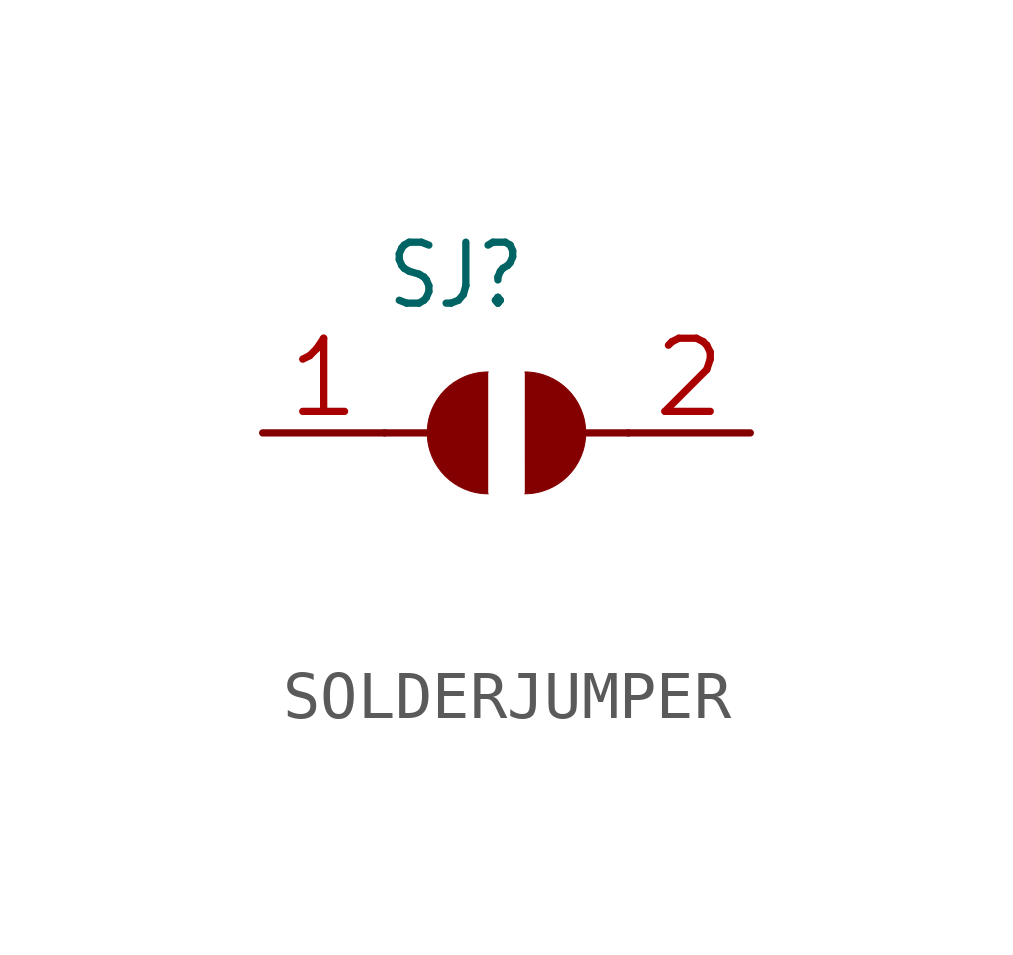
<source format=kicad_sym>
(kicad_symbol_lib
  (version 20241209)
  (generator "kicad_symbol_editor")
  (generator_version "9.0")
  (symbol "SOLDERJUMPER"
    (property "Reference" "SJ"
      (at -2.54 2.54 0)
      (effects (font (size 1.27 1.079)) (justify left bottom)))
    (property "Value" ""
      (at -2.54 -3.81 0)
      (effects (font (size 1.27 1.079)) (justify left bottom)))
    (property "ki_locked" ""
      (at 0 0 0)
      (effects (font (size 1.27 1.27))))
    (symbol "SOLDERJUMPER_1_0"
      (polyline (pts (xy -2.54 0) (xy -1.651 0)) (stroke (width 0.152) (type solid)) (fill (type none)))
      (arc (start -0.381 -1.27) (mid -1.651 0) (end -0.381 1.27) (stroke (width 0.0001) (type solid)) (fill (type outline)))
      (arc (start 0.381 1.27) (mid 1.651 0) (end 0.381 -1.27) (stroke (width 0.0001) (type solid)) (fill (type outline)))
      (polyline (pts (xy 2.54 0) (xy 1.651 0)) (stroke (width 0.152) (type solid)) (fill (type none)))
      (pin passive line (at -5.08 0 0) (length 2.54) (name "1" (effects (font (size 0 0)))) (number "1" (effects (font (size 1.524 1.524)))))
      (pin passive line (at 5.08 0 180) (length 2.54) (name "2" (effects (font (size 0 0)))) (number "2" (effects (font (size 1.524 1.524))))))))
</source>
